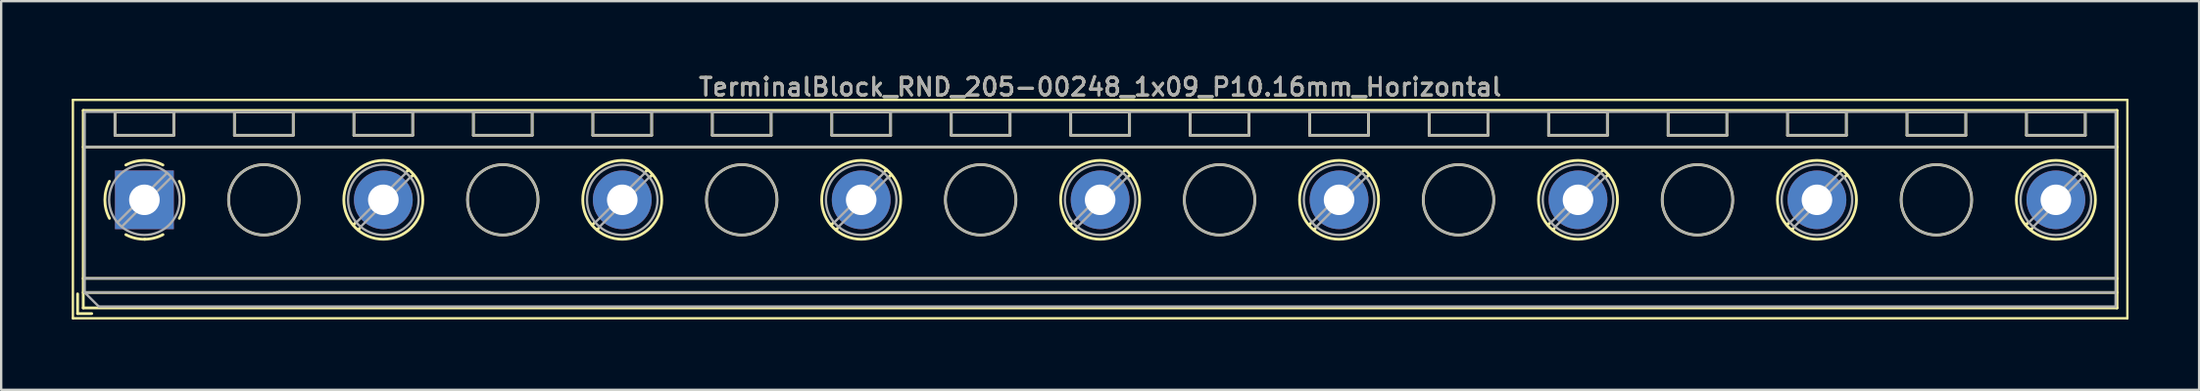
<source format=kicad_pcb>
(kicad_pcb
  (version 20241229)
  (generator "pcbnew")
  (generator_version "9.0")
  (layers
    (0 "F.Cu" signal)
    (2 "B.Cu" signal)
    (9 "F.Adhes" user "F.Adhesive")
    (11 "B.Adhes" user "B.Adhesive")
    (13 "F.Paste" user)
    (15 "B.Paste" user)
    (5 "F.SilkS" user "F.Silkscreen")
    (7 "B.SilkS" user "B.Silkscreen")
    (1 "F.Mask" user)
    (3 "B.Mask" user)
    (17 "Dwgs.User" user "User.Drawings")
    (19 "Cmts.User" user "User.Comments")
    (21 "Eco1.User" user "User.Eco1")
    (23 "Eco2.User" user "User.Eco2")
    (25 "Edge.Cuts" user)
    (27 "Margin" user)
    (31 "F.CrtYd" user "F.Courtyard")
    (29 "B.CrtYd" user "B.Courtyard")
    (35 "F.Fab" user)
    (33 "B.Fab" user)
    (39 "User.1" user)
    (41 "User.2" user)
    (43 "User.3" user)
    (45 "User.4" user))
  (footprint "TerminalBlock_RND_205-00248_1x09_P10.16mm_Horizontal"
    (layer "F.Cu")
    (at 3.09 5.468)
    (property "Reference" "TerminalBlock_RND_205-00248_1x09_P10.16mm_Horizontal" (at 40.64 -4.81 0) (layer "F.SilkS") (effects (font (size 0.75 0.75) (thickness 0.125))))
    (attr through_hole)
    (fp_line (start -3.04 -4.26) (end -3.04 5.05) (stroke (width 0.1) (type solid)) (layer "F.SilkS"))
    (fp_line (start -3.04 5.05) (end 84.32 5.05) (stroke (width 0.1) (type solid)) (layer "F.SilkS"))
    (fp_line (start -2.84 4.01) (end -2.84 4.85) (stroke (width 0.12) (type solid)) (layer "F.SilkS"))
    (fp_line (start -2.84 4.85) (end -2.24 4.85) (stroke (width 0.12) (type solid)) (layer "F.SilkS"))
    (fp_line (start -2.6 -3.811) (end -2.6 4.61) (stroke (width 0.12) (type solid)) (layer "F.SilkS"))
    (fp_line (start -2.6 -3.811) (end 83.881 -3.811) (stroke (width 0.12) (type solid)) (layer "F.SilkS"))
    (fp_line (start -2.6 -2.251) (end 83.881 -2.251) (stroke (width 0.12) (type solid)) (layer "F.SilkS"))
    (fp_line (start -2.6 3.35) (end 83.881 3.35) (stroke (width 0.12) (type solid)) (layer "F.SilkS"))
    (fp_line (start -2.6 3.95) (end 83.881 3.95) (stroke (width 0.12) (type solid)) (layer "F.SilkS"))
    (fp_line (start -2.6 4.61) (end 83.881 4.61) (stroke (width 0.12) (type solid)) (layer "F.SilkS"))
    (fp_line (start -1.25 -3.751) (end -1.25 -2.751) (stroke (width 0.12) (type solid)) (layer "F.SilkS"))
    (fp_line (start -1.25 -3.751) (end 1.25 -3.751) (stroke (width 0.12) (type solid)) (layer "F.SilkS"))
    (fp_line (start -1.25 -2.751) (end 1.25 -2.751) (stroke (width 0.12) (type solid)) (layer "F.SilkS"))
    (fp_line (start 1.25 -3.751) (end 1.25 -2.751) (stroke (width 0.12) (type solid)) (layer "F.SilkS"))
    (fp_line (start 3.83 -3.751) (end 3.83 -2.751) (stroke (width 0.12) (type solid)) (layer "F.SilkS"))
    (fp_line (start 3.83 -3.751) (end 6.33 -3.751) (stroke (width 0.12) (type solid)) (layer "F.SilkS"))
    (fp_line (start 3.83 -2.751) (end 6.33 -2.751) (stroke (width 0.12) (type solid)) (layer "F.SilkS"))
    (fp_line (start 6.33 -3.751) (end 6.33 -2.751) (stroke (width 0.12) (type solid)) (layer "F.SilkS"))
    (fp_line (start 8.91 -3.751) (end 8.91 -2.751) (stroke (width 0.12) (type solid)) (layer "F.SilkS"))
    (fp_line (start 8.91 -3.751) (end 11.41 -3.751) (stroke (width 0.12) (type solid)) (layer "F.SilkS"))
    (fp_line (start 8.91 -2.751) (end 11.41 -2.751) (stroke (width 0.12) (type solid)) (layer "F.SilkS"))
    (fp_line (start 8.98 0.976) (end 8.886 1.069) (stroke (width 0.12) (type solid)) (layer "F.SilkS"))
    (fp_line (start 9.15 1.216) (end 9.091 1.274) (stroke (width 0.12) (type solid)) (layer "F.SilkS"))
    (fp_line (start 11.23 -1.275) (end 11.171 -1.216) (stroke (width 0.12) (type solid)) (layer "F.SilkS"))
    (fp_line (start 11.41 -3.751) (end 11.41 -2.751) (stroke (width 0.12) (type solid)) (layer "F.SilkS"))
    (fp_line (start 11.435 -1.069) (end 11.341 -0.976) (stroke (width 0.12) (type solid)) (layer "F.SilkS"))
    (fp_line (start 13.99 -3.751) (end 13.99 -2.751) (stroke (width 0.12) (type solid)) (layer "F.SilkS"))
    (fp_line (start 13.99 -3.751) (end 16.49 -3.751) (stroke (width 0.12) (type solid)) (layer "F.SilkS"))
    (fp_line (start 13.99 -2.751) (end 16.49 -2.751) (stroke (width 0.12) (type solid)) (layer "F.SilkS"))
    (fp_line (start 16.49 -3.751) (end 16.49 -2.751) (stroke (width 0.12) (type solid)) (layer "F.SilkS"))
    (fp_line (start 19.07 -3.751) (end 19.07 -2.751) (stroke (width 0.12) (type solid)) (layer "F.SilkS"))
    (fp_line (start 19.07 -3.751) (end 21.57 -3.751) (stroke (width 0.12) (type solid)) (layer "F.SilkS"))
    (fp_line (start 19.07 -2.751) (end 21.57 -2.751) (stroke (width 0.12) (type solid)) (layer "F.SilkS"))
    (fp_line (start 19.14 0.976) (end 19.046 1.069) (stroke (width 0.12) (type solid)) (layer "F.SilkS"))
    (fp_line (start 19.31 1.216) (end 19.251 1.274) (stroke (width 0.12) (type solid)) (layer "F.SilkS"))
    (fp_line (start 21.39 -1.275) (end 21.331 -1.216) (stroke (width 0.12) (type solid)) (layer "F.SilkS"))
    (fp_line (start 21.57 -3.751) (end 21.57 -2.751) (stroke (width 0.12) (type solid)) (layer "F.SilkS"))
    (fp_line (start 21.595 -1.069) (end 21.501 -0.976) (stroke (width 0.12) (type solid)) (layer "F.SilkS"))
    (fp_line (start 24.15 -3.751) (end 24.15 -2.751) (stroke (width 0.12) (type solid)) (layer "F.SilkS"))
    (fp_line (start 24.15 -3.751) (end 26.65 -3.751) (stroke (width 0.12) (type solid)) (layer "F.SilkS"))
    (fp_line (start 24.15 -2.751) (end 26.65 -2.751) (stroke (width 0.12) (type solid)) (layer "F.SilkS"))
    (fp_line (start 26.65 -3.751) (end 26.65 -2.751) (stroke (width 0.12) (type solid)) (layer "F.SilkS"))
    (fp_line (start 29.23 -3.751) (end 29.23 -2.751) (stroke (width 0.12) (type solid)) (layer "F.SilkS"))
    (fp_line (start 29.23 -3.751) (end 31.73 -3.751) (stroke (width 0.12) (type solid)) (layer "F.SilkS"))
    (fp_line (start 29.23 -2.751) (end 31.73 -2.751) (stroke (width 0.12) (type solid)) (layer "F.SilkS"))
    (fp_line (start 29.3 0.976) (end 29.206 1.069) (stroke (width 0.12) (type solid)) (layer "F.SilkS"))
    (fp_line (start 29.47 1.216) (end 29.411 1.274) (stroke (width 0.12) (type solid)) (layer "F.SilkS"))
    (fp_line (start 31.55 -1.275) (end 31.491 -1.216) (stroke (width 0.12) (type solid)) (layer "F.SilkS"))
    (fp_line (start 31.73 -3.751) (end 31.73 -2.751) (stroke (width 0.12) (type solid)) (layer "F.SilkS"))
    (fp_line (start 31.755 -1.069) (end 31.661 -0.976) (stroke (width 0.12) (type solid)) (layer "F.SilkS"))
    (fp_line (start 34.31 -3.751) (end 34.31 -2.751) (stroke (width 0.12) (type solid)) (layer "F.SilkS"))
    (fp_line (start 34.31 -3.751) (end 36.81 -3.751) (stroke (width 0.12) (type solid)) (layer "F.SilkS"))
    (fp_line (start 34.31 -2.751) (end 36.81 -2.751) (stroke (width 0.12) (type solid)) (layer "F.SilkS"))
    (fp_line (start 36.81 -3.751) (end 36.81 -2.751) (stroke (width 0.12) (type solid)) (layer "F.SilkS"))
    (fp_line (start 39.39 -3.751) (end 39.39 -2.751) (stroke (width 0.12) (type solid)) (layer "F.SilkS"))
    (fp_line (start 39.39 -3.751) (end 41.89 -3.751) (stroke (width 0.12) (type solid)) (layer "F.SilkS"))
    (fp_line (start 39.39 -2.751) (end 41.89 -2.751) (stroke (width 0.12) (type solid)) (layer "F.SilkS"))
    (fp_line (start 39.46 0.976) (end 39.366 1.069) (stroke (width 0.12) (type solid)) (layer "F.SilkS"))
    (fp_line (start 39.63 1.216) (end 39.571 1.274) (stroke (width 0.12) (type solid)) (layer "F.SilkS"))
    (fp_line (start 41.71 -1.275) (end 41.651 -1.216) (stroke (width 0.12) (type solid)) (layer "F.SilkS"))
    (fp_line (start 41.89 -3.751) (end 41.89 -2.751) (stroke (width 0.12) (type solid)) (layer "F.SilkS"))
    (fp_line (start 41.915 -1.069) (end 41.821 -0.976) (stroke (width 0.12) (type solid)) (layer "F.SilkS"))
    (fp_line (start 44.47 -3.751) (end 44.47 -2.751) (stroke (width 0.12) (type solid)) (layer "F.SilkS"))
    (fp_line (start 44.47 -3.751) (end 46.97 -3.751) (stroke (width 0.12) (type solid)) (layer "F.SilkS"))
    (fp_line (start 44.47 -2.751) (end 46.97 -2.751) (stroke (width 0.12) (type solid)) (layer "F.SilkS"))
    (fp_line (start 46.97 -3.751) (end 46.97 -2.751) (stroke (width 0.12) (type solid)) (layer "F.SilkS"))
    (fp_line (start 49.55 -3.751) (end 49.55 -2.751) (stroke (width 0.12) (type solid)) (layer "F.SilkS"))
    (fp_line (start 49.55 -3.751) (end 52.05 -3.751) (stroke (width 0.12) (type solid)) (layer "F.SilkS"))
    (fp_line (start 49.55 -2.751) (end 52.05 -2.751) (stroke (width 0.12) (type solid)) (layer "F.SilkS"))
    (fp_line (start 49.62 0.976) (end 49.526 1.069) (stroke (width 0.12) (type solid)) (layer "F.SilkS"))
    (fp_line (start 49.79 1.216) (end 49.731 1.274) (stroke (width 0.12) (type solid)) (layer "F.SilkS"))
    (fp_line (start 51.87 -1.275) (end 51.811 -1.216) (stroke (width 0.12) (type solid)) (layer "F.SilkS"))
    (fp_line (start 52.05 -3.751) (end 52.05 -2.751) (stroke (width 0.12) (type solid)) (layer "F.SilkS"))
    (fp_line (start 52.075 -1.069) (end 51.981 -0.976) (stroke (width 0.12) (type solid)) (layer "F.SilkS"))
    (fp_line (start 54.63 -3.751) (end 54.63 -2.751) (stroke (width 0.12) (type solid)) (layer "F.SilkS"))
    (fp_line (start 54.63 -3.751) (end 57.13 -3.751) (stroke (width 0.12) (type solid)) (layer "F.SilkS"))
    (fp_line (start 54.63 -2.751) (end 57.13 -2.751) (stroke (width 0.12) (type solid)) (layer "F.SilkS"))
    (fp_line (start 57.13 -3.751) (end 57.13 -2.751) (stroke (width 0.12) (type solid)) (layer "F.SilkS"))
    (fp_line (start 59.71 -3.751) (end 59.71 -2.751) (stroke (width 0.12) (type solid)) (layer "F.SilkS"))
    (fp_line (start 59.71 -3.751) (end 62.21 -3.751) (stroke (width 0.12) (type solid)) (layer "F.SilkS"))
    (fp_line (start 59.71 -2.751) (end 62.21 -2.751) (stroke (width 0.12) (type solid)) (layer "F.SilkS"))
    (fp_line (start 59.78 0.976) (end 59.686 1.069) (stroke (width 0.12) (type solid)) (layer "F.SilkS"))
    (fp_line (start 59.95 1.216) (end 59.891 1.274) (stroke (width 0.12) (type solid)) (layer "F.SilkS"))
    (fp_line (start 62.03 -1.275) (end 61.971 -1.216) (stroke (width 0.12) (type solid)) (layer "F.SilkS"))
    (fp_line (start 62.21 -3.751) (end 62.21 -2.751) (stroke (width 0.12) (type solid)) (layer "F.SilkS"))
    (fp_line (start 62.235 -1.069) (end 62.141 -0.976) (stroke (width 0.12) (type solid)) (layer "F.SilkS"))
    (fp_line (start 64.791 -3.751) (end 64.791 -2.751) (stroke (width 0.12) (type solid)) (layer "F.SilkS"))
    (fp_line (start 64.791 -3.751) (end 67.29 -3.751) (stroke (width 0.12) (type solid)) (layer "F.SilkS"))
    (fp_line (start 64.791 -2.751) (end 67.29 -2.751) (stroke (width 0.12) (type solid)) (layer "F.SilkS"))
    (fp_line (start 67.29 -3.751) (end 67.29 -2.751) (stroke (width 0.12) (type solid)) (layer "F.SilkS"))
    (fp_line (start 69.87 -3.751) (end 69.87 -2.751) (stroke (width 0.12) (type solid)) (layer "F.SilkS"))
    (fp_line (start 69.87 -3.751) (end 72.37 -3.751) (stroke (width 0.12) (type solid)) (layer "F.SilkS"))
    (fp_line (start 69.87 -2.751) (end 72.37 -2.751) (stroke (width 0.12) (type solid)) (layer "F.SilkS"))
    (fp_line (start 69.94 0.976) (end 69.846 1.069) (stroke (width 0.12) (type solid)) (layer "F.SilkS"))
    (fp_line (start 70.11 1.216) (end 70.051 1.274) (stroke (width 0.12) (type solid)) (layer "F.SilkS"))
    (fp_line (start 72.19 -1.275) (end 72.131 -1.216) (stroke (width 0.12) (type solid)) (layer "F.SilkS"))
    (fp_line (start 72.37 -3.751) (end 72.37 -2.751) (stroke (width 0.12) (type solid)) (layer "F.SilkS"))
    (fp_line (start 72.395 -1.069) (end 72.301 -0.976) (stroke (width 0.12) (type solid)) (layer "F.SilkS"))
    (fp_line (start 74.95 -3.751) (end 74.95 -2.751) (stroke (width 0.12) (type solid)) (layer "F.SilkS"))
    (fp_line (start 74.95 -3.751) (end 77.45 -3.751) (stroke (width 0.12) (type solid)) (layer "F.SilkS"))
    (fp_line (start 74.95 -2.751) (end 77.45 -2.751) (stroke (width 0.12) (type solid)) (layer "F.SilkS"))
    (fp_line (start 77.45 -3.751) (end 77.45 -2.751) (stroke (width 0.12) (type solid)) (layer "F.SilkS"))
    (fp_line (start 80.03 -3.751) (end 80.03 -2.751) (stroke (width 0.12) (type solid)) (layer "F.SilkS"))
    (fp_line (start 80.03 -3.751) (end 82.53 -3.751) (stroke (width 0.12) (type solid)) (layer "F.SilkS"))
    (fp_line (start 80.03 -2.751) (end 82.53 -2.751) (stroke (width 0.12) (type solid)) (layer "F.SilkS"))
    (fp_line (start 80.1 0.976) (end 80.006 1.069) (stroke (width 0.12) (type solid)) (layer "F.SilkS"))
    (fp_line (start 80.27 1.216) (end 80.211 1.274) (stroke (width 0.12) (type solid)) (layer "F.SilkS"))
    (fp_line (start 82.35 -1.275) (end 82.291 -1.216) (stroke (width 0.12) (type solid)) (layer "F.SilkS"))
    (fp_line (start 82.53 -3.751) (end 82.53 -2.751) (stroke (width 0.12) (type solid)) (layer "F.SilkS"))
    (fp_line (start 82.555 -1.069) (end 82.461 -0.976) (stroke (width 0.12) (type solid)) (layer "F.SilkS"))
    (fp_line (start 83.881 -3.811) (end 83.881 4.61) (stroke (width 0.12) (type solid)) (layer "F.SilkS"))
    (fp_line (start 84.32 -4.26) (end -3.04 -4.26) (stroke (width 0.1) (type solid)) (layer "F.SilkS"))
    (fp_line (start 84.32 5.05) (end 84.32 -4.26) (stroke (width 0.1) (type solid)) (layer "F.SilkS"))
    (fp_arc (start -1.483953 0.789089) (mid -1.680708 0.00005) (end -1.484 -0.789) (stroke (width 0.12) (type solid)) (layer "F.SilkS"))
    (fp_arc (start -0.789089 -1.483953) (mid -0.00005 -1.680708) (end 0.789 -1.484) (stroke (width 0.12) (type solid)) (layer "F.SilkS"))
    (fp_arc (start 0.029383 1.68045) (mid -0.392304 1.634281) (end -0.789 1.484) (stroke (width 0.12) (type solid)) (layer "F.SilkS"))
    (fp_arc (start 0.788712 1.483352) (mid 0.406429 1.630097) (end 0 1.68) (stroke (width 0.12) (type solid)) (layer "F.SilkS"))
    (fp_arc (start 1.483953 -0.789089) (mid 1.680708 -0.00005) (end 1.484 0.789) (stroke (width 0.12) (type solid)) (layer "F.SilkS"))
    (fp_circle (center 5.08 0) (end 6.58 0) (stroke (width 0.12) (type solid)) (fill no) (layer "F.SilkS"))
    (fp_circle (center 10.16 0) (end 11.84 0) (stroke (width 0.12) (type solid)) (fill no) (layer "F.SilkS"))
    (fp_circle (center 15.24 0) (end 16.74 0) (stroke (width 0.12) (type solid)) (fill no) (layer "F.SilkS"))
    (fp_circle (center 20.32 0) (end 22 0) (stroke (width 0.12) (type solid)) (fill no) (layer "F.SilkS"))
    (fp_circle (center 25.4 0) (end 26.9 0) (stroke (width 0.12) (type solid)) (fill no) (layer "F.SilkS"))
    (fp_circle (center 30.48 0) (end 32.16 0) (stroke (width 0.12) (type solid)) (fill no) (layer "F.SilkS"))
    (fp_circle (center 35.56 0) (end 37.06 0) (stroke (width 0.12) (type solid)) (fill no) (layer "F.SilkS"))
    (fp_circle (center 40.64 0) (end 42.32 0) (stroke (width 0.12) (type solid)) (fill no) (layer "F.SilkS"))
    (fp_circle (center 45.72 0) (end 47.22 0) (stroke (width 0.12) (type solid)) (fill no) (layer "F.SilkS"))
    (fp_circle (center 50.8 0) (end 52.48 0) (stroke (width 0.12) (type solid)) (fill no) (layer "F.SilkS"))
    (fp_circle (center 55.88 0) (end 57.38 0) (stroke (width 0.12) (type solid)) (fill no) (layer "F.SilkS"))
    (fp_circle (center 60.96 0) (end 62.64 0) (stroke (width 0.12) (type solid)) (fill no) (layer "F.SilkS"))
    (fp_circle (center 66.04 0) (end 67.54 0) (stroke (width 0.12) (type solid)) (fill no) (layer "F.SilkS"))
    (fp_circle (center 71.12 0) (end 72.8 0) (stroke (width 0.12) (type solid)) (fill no) (layer "F.SilkS"))
    (fp_circle (center 76.2 0) (end 77.7 0) (stroke (width 0.12) (type solid)) (fill no) (layer "F.SilkS"))
    (fp_circle (center 81.28 0) (end 82.96 0) (stroke (width 0.12) (type solid)) (fill no) (layer "F.SilkS"))
    (fp_line (start -2.54 -3.75) (end 83.82 -3.75) (stroke (width 0.1) (type solid)) (layer "F.Fab"))
    (fp_line (start -2.54 -2.25) (end 83.82 -2.25) (stroke (width 0.1) (type solid)) (layer "F.Fab"))
    (fp_line (start -2.54 3.35) (end 83.82 3.35) (stroke (width 0.1) (type solid)) (layer "F.Fab"))
    (fp_line (start -2.54 3.95) (end -2.54 -3.75) (stroke (width 0.1) (type solid)) (layer "F.Fab"))
    (fp_line (start -2.54 3.95) (end 83.82 3.95) (stroke (width 0.1) (type solid)) (layer "F.Fab"))
    (fp_line (start -1.94 4.55) (end -2.54 3.95) (stroke (width 0.1) (type solid)) (layer "F.Fab"))
    (fp_line (start -1.25 -3.75) (end -1.25 -2.75) (stroke (width 0.1) (type solid)) (layer "F.Fab"))
    (fp_line (start -1.25 -2.75) (end 1.25 -2.75) (stroke (width 0.1) (type solid)) (layer "F.Fab"))
    (fp_line (start 0.955 -1.138) (end -1.138 0.955) (stroke (width 0.1) (type solid)) (layer "F.Fab"))
    (fp_line (start 1.138 -0.955) (end -0.955 1.138) (stroke (width 0.1) (type solid)) (layer "F.Fab"))
    (fp_line (start 1.25 -3.75) (end -1.25 -3.75) (stroke (width 0.1) (type solid)) (layer "F.Fab"))
    (fp_line (start 1.25 -2.75) (end 1.25 -3.75) (stroke (width 0.1) (type solid)) (layer "F.Fab"))
    (fp_line (start 3.83 -3.75) (end 3.83 -2.75) (stroke (width 0.1) (type solid)) (layer "F.Fab"))
    (fp_line (start 3.83 -2.75) (end 6.33 -2.75) (stroke (width 0.1) (type solid)) (layer "F.Fab"))
    (fp_line (start 6.33 -3.75) (end 3.83 -3.75) (stroke (width 0.1) (type solid)) (layer "F.Fab"))
    (fp_line (start 6.33 -2.75) (end 6.33 -3.75) (stroke (width 0.1) (type solid)) (layer "F.Fab"))
    (fp_line (start 8.91 -3.75) (end 8.91 -2.75) (stroke (width 0.1) (type solid)) (layer "F.Fab"))
    (fp_line (start 8.91 -2.75) (end 11.41 -2.75) (stroke (width 0.1) (type solid)) (layer "F.Fab"))
    (fp_line (start 11.115 -1.138) (end 9.023 0.955) (stroke (width 0.1) (type solid)) (layer "F.Fab"))
    (fp_line (start 11.298 -0.955) (end 9.206 1.138) (stroke (width 0.1) (type solid)) (layer "F.Fab"))
    (fp_line (start 11.41 -3.75) (end 8.91 -3.75) (stroke (width 0.1) (type solid)) (layer "F.Fab"))
    (fp_line (start 11.41 -2.75) (end 11.41 -3.75) (stroke (width 0.1) (type solid)) (layer "F.Fab"))
    (fp_line (start 13.99 -3.75) (end 13.99 -2.75) (stroke (width 0.1) (type solid)) (layer "F.Fab"))
    (fp_line (start 13.99 -2.75) (end 16.49 -2.75) (stroke (width 0.1) (type solid)) (layer "F.Fab"))
    (fp_line (start 16.49 -3.75) (end 13.99 -3.75) (stroke (width 0.1) (type solid)) (layer "F.Fab"))
    (fp_line (start 16.49 -2.75) (end 16.49 -3.75) (stroke (width 0.1) (type solid)) (layer "F.Fab"))
    (fp_line (start 19.07 -3.75) (end 19.07 -2.75) (stroke (width 0.1) (type solid)) (layer "F.Fab"))
    (fp_line (start 19.07 -2.75) (end 21.57 -2.75) (stroke (width 0.1) (type solid)) (layer "F.Fab"))
    (fp_line (start 21.275 -1.138) (end 19.183 0.955) (stroke (width 0.1) (type solid)) (layer "F.Fab"))
    (fp_line (start 21.458 -0.955) (end 19.366 1.138) (stroke (width 0.1) (type solid)) (layer "F.Fab"))
    (fp_line (start 21.57 -3.75) (end 19.07 -3.75) (stroke (width 0.1) (type solid)) (layer "F.Fab"))
    (fp_line (start 21.57 -2.75) (end 21.57 -3.75) (stroke (width 0.1) (type solid)) (layer "F.Fab"))
    (fp_line (start 24.15 -3.75) (end 24.15 -2.75) (stroke (width 0.1) (type solid)) (layer "F.Fab"))
    (fp_line (start 24.15 -2.75) (end 26.65 -2.75) (stroke (width 0.1) (type solid)) (layer "F.Fab"))
    (fp_line (start 26.65 -3.75) (end 24.15 -3.75) (stroke (width 0.1) (type solid)) (layer "F.Fab"))
    (fp_line (start 26.65 -2.75) (end 26.65 -3.75) (stroke (width 0.1) (type solid)) (layer "F.Fab"))
    (fp_line (start 29.23 -3.75) (end 29.23 -2.75) (stroke (width 0.1) (type solid)) (layer "F.Fab"))
    (fp_line (start 29.23 -2.75) (end 31.73 -2.75) (stroke (width 0.1) (type solid)) (layer "F.Fab"))
    (fp_line (start 31.435 -1.138) (end 29.343 0.955) (stroke (width 0.1) (type solid)) (layer "F.Fab"))
    (fp_line (start 31.618 -0.955) (end 29.526 1.138) (stroke (width 0.1) (type solid)) (layer "F.Fab"))
    (fp_line (start 31.73 -3.75) (end 29.23 -3.75) (stroke (width 0.1) (type solid)) (layer "F.Fab"))
    (fp_line (start 31.73 -2.75) (end 31.73 -3.75) (stroke (width 0.1) (type solid)) (layer "F.Fab"))
    (fp_line (start 34.31 -3.75) (end 34.31 -2.75) (stroke (width 0.1) (type solid)) (layer "F.Fab"))
    (fp_line (start 34.31 -2.75) (end 36.81 -2.75) (stroke (width 0.1) (type solid)) (layer "F.Fab"))
    (fp_line (start 36.81 -3.75) (end 34.31 -3.75) (stroke (width 0.1) (type solid)) (layer "F.Fab"))
    (fp_line (start 36.81 -2.75) (end 36.81 -3.75) (stroke (width 0.1) (type solid)) (layer "F.Fab"))
    (fp_line (start 39.39 -3.75) (end 39.39 -2.75) (stroke (width 0.1) (type solid)) (layer "F.Fab"))
    (fp_line (start 39.39 -2.75) (end 41.89 -2.75) (stroke (width 0.1) (type solid)) (layer "F.Fab"))
    (fp_line (start 41.595 -1.138) (end 39.503 0.955) (stroke (width 0.1) (type solid)) (layer "F.Fab"))
    (fp_line (start 41.778 -0.955) (end 39.686 1.138) (stroke (width 0.1) (type solid)) (layer "F.Fab"))
    (fp_line (start 41.89 -3.75) (end 39.39 -3.75) (stroke (width 0.1) (type solid)) (layer "F.Fab"))
    (fp_line (start 41.89 -2.75) (end 41.89 -3.75) (stroke (width 0.1) (type solid)) (layer "F.Fab"))
    (fp_line (start 44.47 -3.75) (end 44.47 -2.75) (stroke (width 0.1) (type solid)) (layer "F.Fab"))
    (fp_line (start 44.47 -2.75) (end 46.97 -2.75) (stroke (width 0.1) (type solid)) (layer "F.Fab"))
    (fp_line (start 46.97 -3.75) (end 44.47 -3.75) (stroke (width 0.1) (type solid)) (layer "F.Fab"))
    (fp_line (start 46.97 -2.75) (end 46.97 -3.75) (stroke (width 0.1) (type solid)) (layer "F.Fab"))
    (fp_line (start 49.55 -3.75) (end 49.55 -2.75) (stroke (width 0.1) (type solid)) (layer "F.Fab"))
    (fp_line (start 49.55 -2.75) (end 52.05 -2.75) (stroke (width 0.1) (type solid)) (layer "F.Fab"))
    (fp_line (start 51.755 -1.138) (end 49.663 0.955) (stroke (width 0.1) (type solid)) (layer "F.Fab"))
    (fp_line (start 51.938 -0.955) (end 49.846 1.138) (stroke (width 0.1) (type solid)) (layer "F.Fab"))
    (fp_line (start 52.05 -3.75) (end 49.55 -3.75) (stroke (width 0.1) (type solid)) (layer "F.Fab"))
    (fp_line (start 52.05 -2.75) (end 52.05 -3.75) (stroke (width 0.1) (type solid)) (layer "F.Fab"))
    (fp_line (start 54.63 -3.75) (end 54.63 -2.75) (stroke (width 0.1) (type solid)) (layer "F.Fab"))
    (fp_line (start 54.63 -2.75) (end 57.13 -2.75) (stroke (width 0.1) (type solid)) (layer "F.Fab"))
    (fp_line (start 57.13 -3.75) (end 54.63 -3.75) (stroke (width 0.1) (type solid)) (layer "F.Fab"))
    (fp_line (start 57.13 -2.75) (end 57.13 -3.75) (stroke (width 0.1) (type solid)) (layer "F.Fab"))
    (fp_line (start 59.71 -3.75) (end 59.71 -2.75) (stroke (width 0.1) (type solid)) (layer "F.Fab"))
    (fp_line (start 59.71 -2.75) (end 62.21 -2.75) (stroke (width 0.1) (type solid)) (layer "F.Fab"))
    (fp_line (start 61.915 -1.138) (end 59.823 0.955) (stroke (width 0.1) (type solid)) (layer "F.Fab"))
    (fp_line (start 62.098 -0.955) (end 60.006 1.138) (stroke (width 0.1) (type solid)) (layer "F.Fab"))
    (fp_line (start 62.21 -3.75) (end 59.71 -3.75) (stroke (width 0.1) (type solid)) (layer "F.Fab"))
    (fp_line (start 62.21 -2.75) (end 62.21 -3.75) (stroke (width 0.1) (type solid)) (layer "F.Fab"))
    (fp_line (start 64.79 -3.75) (end 64.79 -2.75) (stroke (width 0.1) (type solid)) (layer "F.Fab"))
    (fp_line (start 64.79 -2.75) (end 67.29 -2.75) (stroke (width 0.1) (type solid)) (layer "F.Fab"))
    (fp_line (start 67.29 -3.75) (end 64.79 -3.75) (stroke (width 0.1) (type solid)) (layer "F.Fab"))
    (fp_line (start 67.29 -2.75) (end 67.29 -3.75) (stroke (width 0.1) (type solid)) (layer "F.Fab"))
    (fp_line (start 69.87 -3.75) (end 69.87 -2.75) (stroke (width 0.1) (type solid)) (layer "F.Fab"))
    (fp_line (start 69.87 -2.75) (end 72.37 -2.75) (stroke (width 0.1) (type solid)) (layer "F.Fab"))
    (fp_line (start 72.075 -1.138) (end 69.983 0.955) (stroke (width 0.1) (type solid)) (layer "F.Fab"))
    (fp_line (start 72.258 -0.955) (end 70.166 1.138) (stroke (width 0.1) (type solid)) (layer "F.Fab"))
    (fp_line (start 72.37 -3.75) (end 69.87 -3.75) (stroke (width 0.1) (type solid)) (layer "F.Fab"))
    (fp_line (start 72.37 -2.75) (end 72.37 -3.75) (stroke (width 0.1) (type solid)) (layer "F.Fab"))
    (fp_line (start 74.95 -3.75) (end 74.95 -2.75) (stroke (width 0.1) (type solid)) (layer "F.Fab"))
    (fp_line (start 74.95 -2.75) (end 77.45 -2.75) (stroke (width 0.1) (type solid)) (layer "F.Fab"))
    (fp_line (start 77.45 -3.75) (end 74.95 -3.75) (stroke (width 0.1) (type solid)) (layer "F.Fab"))
    (fp_line (start 77.45 -2.75) (end 77.45 -3.75) (stroke (width 0.1) (type solid)) (layer "F.Fab"))
    (fp_line (start 80.03 -3.75) (end 80.03 -2.75) (stroke (width 0.1) (type solid)) (layer "F.Fab"))
    (fp_line (start 80.03 -2.75) (end 82.53 -2.75) (stroke (width 0.1) (type solid)) (layer "F.Fab"))
    (fp_line (start 82.235 -1.138) (end 80.143 0.955) (stroke (width 0.1) (type solid)) (layer "F.Fab"))
    (fp_line (start 82.418 -0.955) (end 80.326 1.138) (stroke (width 0.1) (type solid)) (layer "F.Fab"))
    (fp_line (start 82.53 -3.75) (end 80.03 -3.75) (stroke (width 0.1) (type solid)) (layer "F.Fab"))
    (fp_line (start 82.53 -2.75) (end 82.53 -3.75) (stroke (width 0.1) (type solid)) (layer "F.Fab"))
    (fp_line (start 83.82 -3.75) (end 83.82 4.55) (stroke (width 0.1) (type solid)) (layer "F.Fab"))
    (fp_line (start 83.82 4.55) (end -1.94 4.55) (stroke (width 0.1) (type solid)) (layer "F.Fab"))
    (fp_circle (center 0 0) (end 1.5 0) (stroke (width 0.1) (type solid)) (fill no) (layer "F.Fab"))
    (fp_circle (center 5.08 0) (end 6.58 0) (stroke (width 0.1) (type solid)) (fill no) (layer "F.Fab"))
    (fp_circle (center 10.16 0) (end 11.66 0) (stroke (width 0.1) (type solid)) (fill no) (layer "F.Fab"))
    (fp_circle (center 15.24 0) (end 16.74 0) (stroke (width 0.1) (type solid)) (fill no) (layer "F.Fab"))
    (fp_circle (center 20.32 0) (end 21.82 0) (stroke (width 0.1) (type solid)) (fill no) (layer "F.Fab"))
    (fp_circle (center 25.4 0) (end 26.9 0) (stroke (width 0.1) (type solid)) (fill no) (layer "F.Fab"))
    (fp_circle (center 30.48 0) (end 31.98 0) (stroke (width 0.1) (type solid)) (fill no) (layer "F.Fab"))
    (fp_circle (center 35.56 0) (end 37.06 0) (stroke (width 0.1) (type solid)) (fill no) (layer "F.Fab"))
    (fp_circle (center 40.64 0) (end 42.14 0) (stroke (width 0.1) (type solid)) (fill no) (layer "F.Fab"))
    (fp_circle (center 45.72 0) (end 47.22 0) (stroke (width 0.1) (type solid)) (fill no) (layer "F.Fab"))
    (fp_circle (center 50.8 0) (end 52.3 0) (stroke (width 0.1) (type solid)) (fill no) (layer "F.Fab"))
    (fp_circle (center 55.88 0) (end 57.38 0) (stroke (width 0.1) (type solid)) (fill no) (layer "F.Fab"))
    (fp_circle (center 60.96 0) (end 62.46 0) (stroke (width 0.1) (type solid)) (fill no) (layer "F.Fab"))
    (fp_circle (center 66.04 0) (end 67.54 0) (stroke (width 0.1) (type solid)) (fill no) (layer "F.Fab"))
    (fp_circle (center 71.12 0) (end 72.62 0) (stroke (width 0.1) (type solid)) (fill no) (layer "F.Fab"))
    (fp_circle (center 76.2 0) (end 77.7 0) (stroke (width 0.1) (type solid)) (fill no) (layer "F.Fab"))
    (fp_circle (center 81.28 0) (end 82.78 0) (stroke (width 0.1) (type solid)) (fill no) (layer "F.Fab"))
    (fp_text user "${REFERENCE}" (at 40.64 -4.81 0) (layer "F.Fab") (effects (font (size 0.75 0.75) (thickness 0.125))))
    (pad "1" thru_hole rect (at 0 0) (size 2.5 2.5) (drill 1.3) (layers "*.Cu" "*.Mask"))
    (pad "2" thru_hole circle (at 10.16 0) (size 2.5 2.5) (drill 1.3) (layers "*.Cu" "*.Mask"))
    (pad "3" thru_hole circle (at 20.32 0) (size 2.5 2.5) (drill 1.3) (layers "*.Cu" "*.Mask"))
    (pad "4" thru_hole circle (at 30.48 0) (size 2.5 2.5) (drill 1.3) (layers "*.Cu" "*.Mask"))
    (pad "5" thru_hole circle (at 40.64 0) (size 2.5 2.5) (drill 1.3) (layers "*.Cu" "*.Mask"))
    (pad "6" thru_hole circle (at 50.8 0) (size 2.5 2.5) (drill 1.3) (layers "*.Cu" "*.Mask"))
    (pad "7" thru_hole circle (at 60.96 0) (size 2.5 2.5) (drill 1.3) (layers "*.Cu" "*.Mask"))
    (pad "8" thru_hole circle (at 71.12 0) (size 2.5 2.5) (drill 1.3) (layers "*.Cu" "*.Mask"))
    (pad "9" thru_hole circle (at 81.28 0) (size 2.5 2.5) (drill 1.3) (layers "*.Cu" "*.Mask")))
  (gr_rect
    (start -3 -3)
    (end 90.46 13.568)
    (stroke (width 0.1) (type default))
    (fill no)
    (layer "Edge.Cuts")))
</source>
